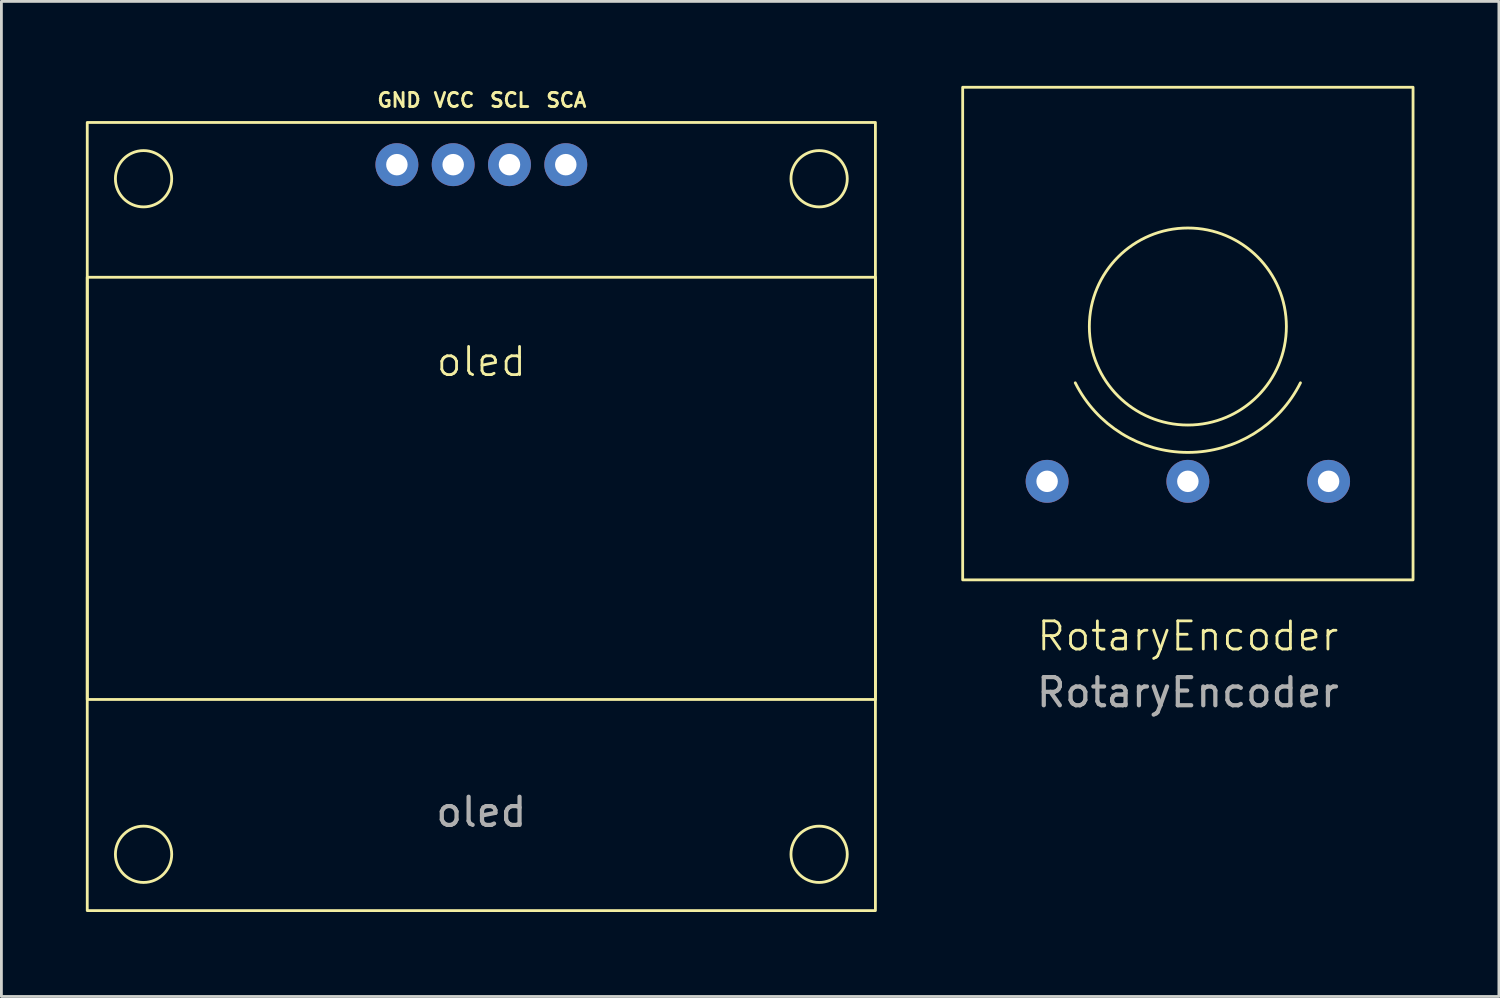
<source format=kicad_pcb>
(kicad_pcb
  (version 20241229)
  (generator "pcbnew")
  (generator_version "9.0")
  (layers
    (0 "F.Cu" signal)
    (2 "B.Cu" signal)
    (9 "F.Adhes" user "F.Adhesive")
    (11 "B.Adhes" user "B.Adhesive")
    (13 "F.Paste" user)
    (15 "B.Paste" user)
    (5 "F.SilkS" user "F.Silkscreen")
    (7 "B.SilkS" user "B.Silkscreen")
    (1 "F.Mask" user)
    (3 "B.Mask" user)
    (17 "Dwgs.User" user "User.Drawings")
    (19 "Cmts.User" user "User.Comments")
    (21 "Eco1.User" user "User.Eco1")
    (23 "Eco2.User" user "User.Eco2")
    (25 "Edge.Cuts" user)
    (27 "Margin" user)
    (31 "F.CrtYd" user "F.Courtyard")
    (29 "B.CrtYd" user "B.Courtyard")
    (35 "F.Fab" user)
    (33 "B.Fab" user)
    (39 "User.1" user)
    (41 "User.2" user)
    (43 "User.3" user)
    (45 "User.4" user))
  (footprint "RotaryEncoder"
    (layer "F.Cu")
    (at 39.15 8.55)
    (property "Reference" "RotaryEncoder" (at 0 11 0) (unlocked yes) (layer "F.SilkS") (effects (font (size 1 1) (thickness 0.1))))
    (attr through_hole)
    (fp_rect (start -8 -8.5) (end 8 9) (stroke (width 0.1) (type default)) (fill no) (layer "F.SilkS"))
    (fp_arc (start 3.999999 2) (mid 0 4.472135) (end -3.999999 2) (stroke (width 0.1) (type default)) (layer "F.SilkS"))
    (fp_circle (center 0 0) (end 3.5 0) (stroke (width 0.1) (type default)) (fill no) (layer "F.SilkS"))
    (fp_text user "${REFERENCE}" (at 0 13 0) (unlocked yes) (layer "F.Fab") (effects (font (size 1 1) (thickness 0.15))))
    (pad "1" thru_hole circle (at -5 5.5) (size 1.524 1.524) (drill 0.762) (layers "*.Cu" "*.Mask"))
    (pad "2" thru_hole circle (at 5 5.5) (size 1.524 1.524) (drill 0.762) (layers "*.Cu" "*.Mask"))
    (pad "3" thru_hole circle (at 0 5.5) (size 1.524 1.524) (drill 0.762) (layers "*.Cu" "*.Mask")))
  (footprint "oled"
    (layer "F.Cu")
    (at 14.05 15.3)
    (property "Reference" "oled" (at 0 -5.5 0) (unlocked yes) (layer "F.SilkS") (effects (font (size 1 1) (thickness 0.1))))
    (attr through_hole)
    (fp_rect (start -14 -14) (end 14 14) (stroke (width 0.1) (type default)) (fill no) (layer "F.SilkS"))
    (fp_rect (start -14 -8.5) (end 14 6.5) (stroke (width 0.1) (type default)) (fill no) (layer "F.SilkS"))
    (fp_circle (center -12 -12) (end -11 -12) (stroke (width 0.1) (type default)) (fill no) (layer "F.SilkS"))
    (fp_circle (center -12 12) (end -11 12) (stroke (width 0.1) (type default)) (fill no) (layer "F.SilkS"))
    (fp_circle (center 12 -12) (end 13 -12) (stroke (width 0.1) (type default)) (fill no) (layer "F.SilkS"))
    (fp_circle (center 12 12) (end 13 12) (stroke (width 0.1) (type default)) (fill no) (layer "F.SilkS"))
    (fp_text user "VCC" (at -1.75 -14.5 0) (unlocked yes) (layer "F.SilkS") (effects (font (size 0.5 0.5) (thickness 0.1)) (justify left bottom)))
    (fp_text user "SCA" (at 2.25 -14.5 0) (unlocked yes) (layer "F.SilkS") (effects (font (size 0.5 0.5) (thickness 0.1)) (justify left bottom)))
    (fp_text user "GND" (at -3.75 -14.5 0) (unlocked yes) (layer "F.SilkS") (effects (font (size 0.5 0.5) (thickness 0.1)) (justify left bottom)))
    (fp_text user "SCL" (at 0.25 -14.5 0) (unlocked yes) (layer "F.SilkS") (effects (font (size 0.5 0.5) (thickness 0.1)) (justify left bottom)))
    (fp_text user "${REFERENCE}" (at 0 10.5 0) (unlocked yes) (layer "F.Fab") (effects (font (size 1 1) (thickness 0.15))))
    (pad "1" thru_hole circle (at -3 -12.5) (size 1.524 1.524) (drill 0.762) (layers "*.Cu" "*.Mask"))
    (pad "2" thru_hole circle (at -1 -12.5) (size 1.524 1.524) (drill 0.762) (layers "*.Cu" "*.Mask"))
    (pad "3" thru_hole circle (at 1 -12.5) (size 1.524 1.524) (drill 0.762) (layers "*.Cu" "*.Mask"))
    (pad "4" thru_hole circle (at 3 -12.5) (size 1.524 1.524) (drill 0.762) (layers "*.Cu" "*.Mask")))
  (gr_rect
    (start -3 -3)
    (end 50.2 32.35)
    (stroke (width 0.1) (type default))
    (fill no)
    (layer "Edge.Cuts")))
</source>
